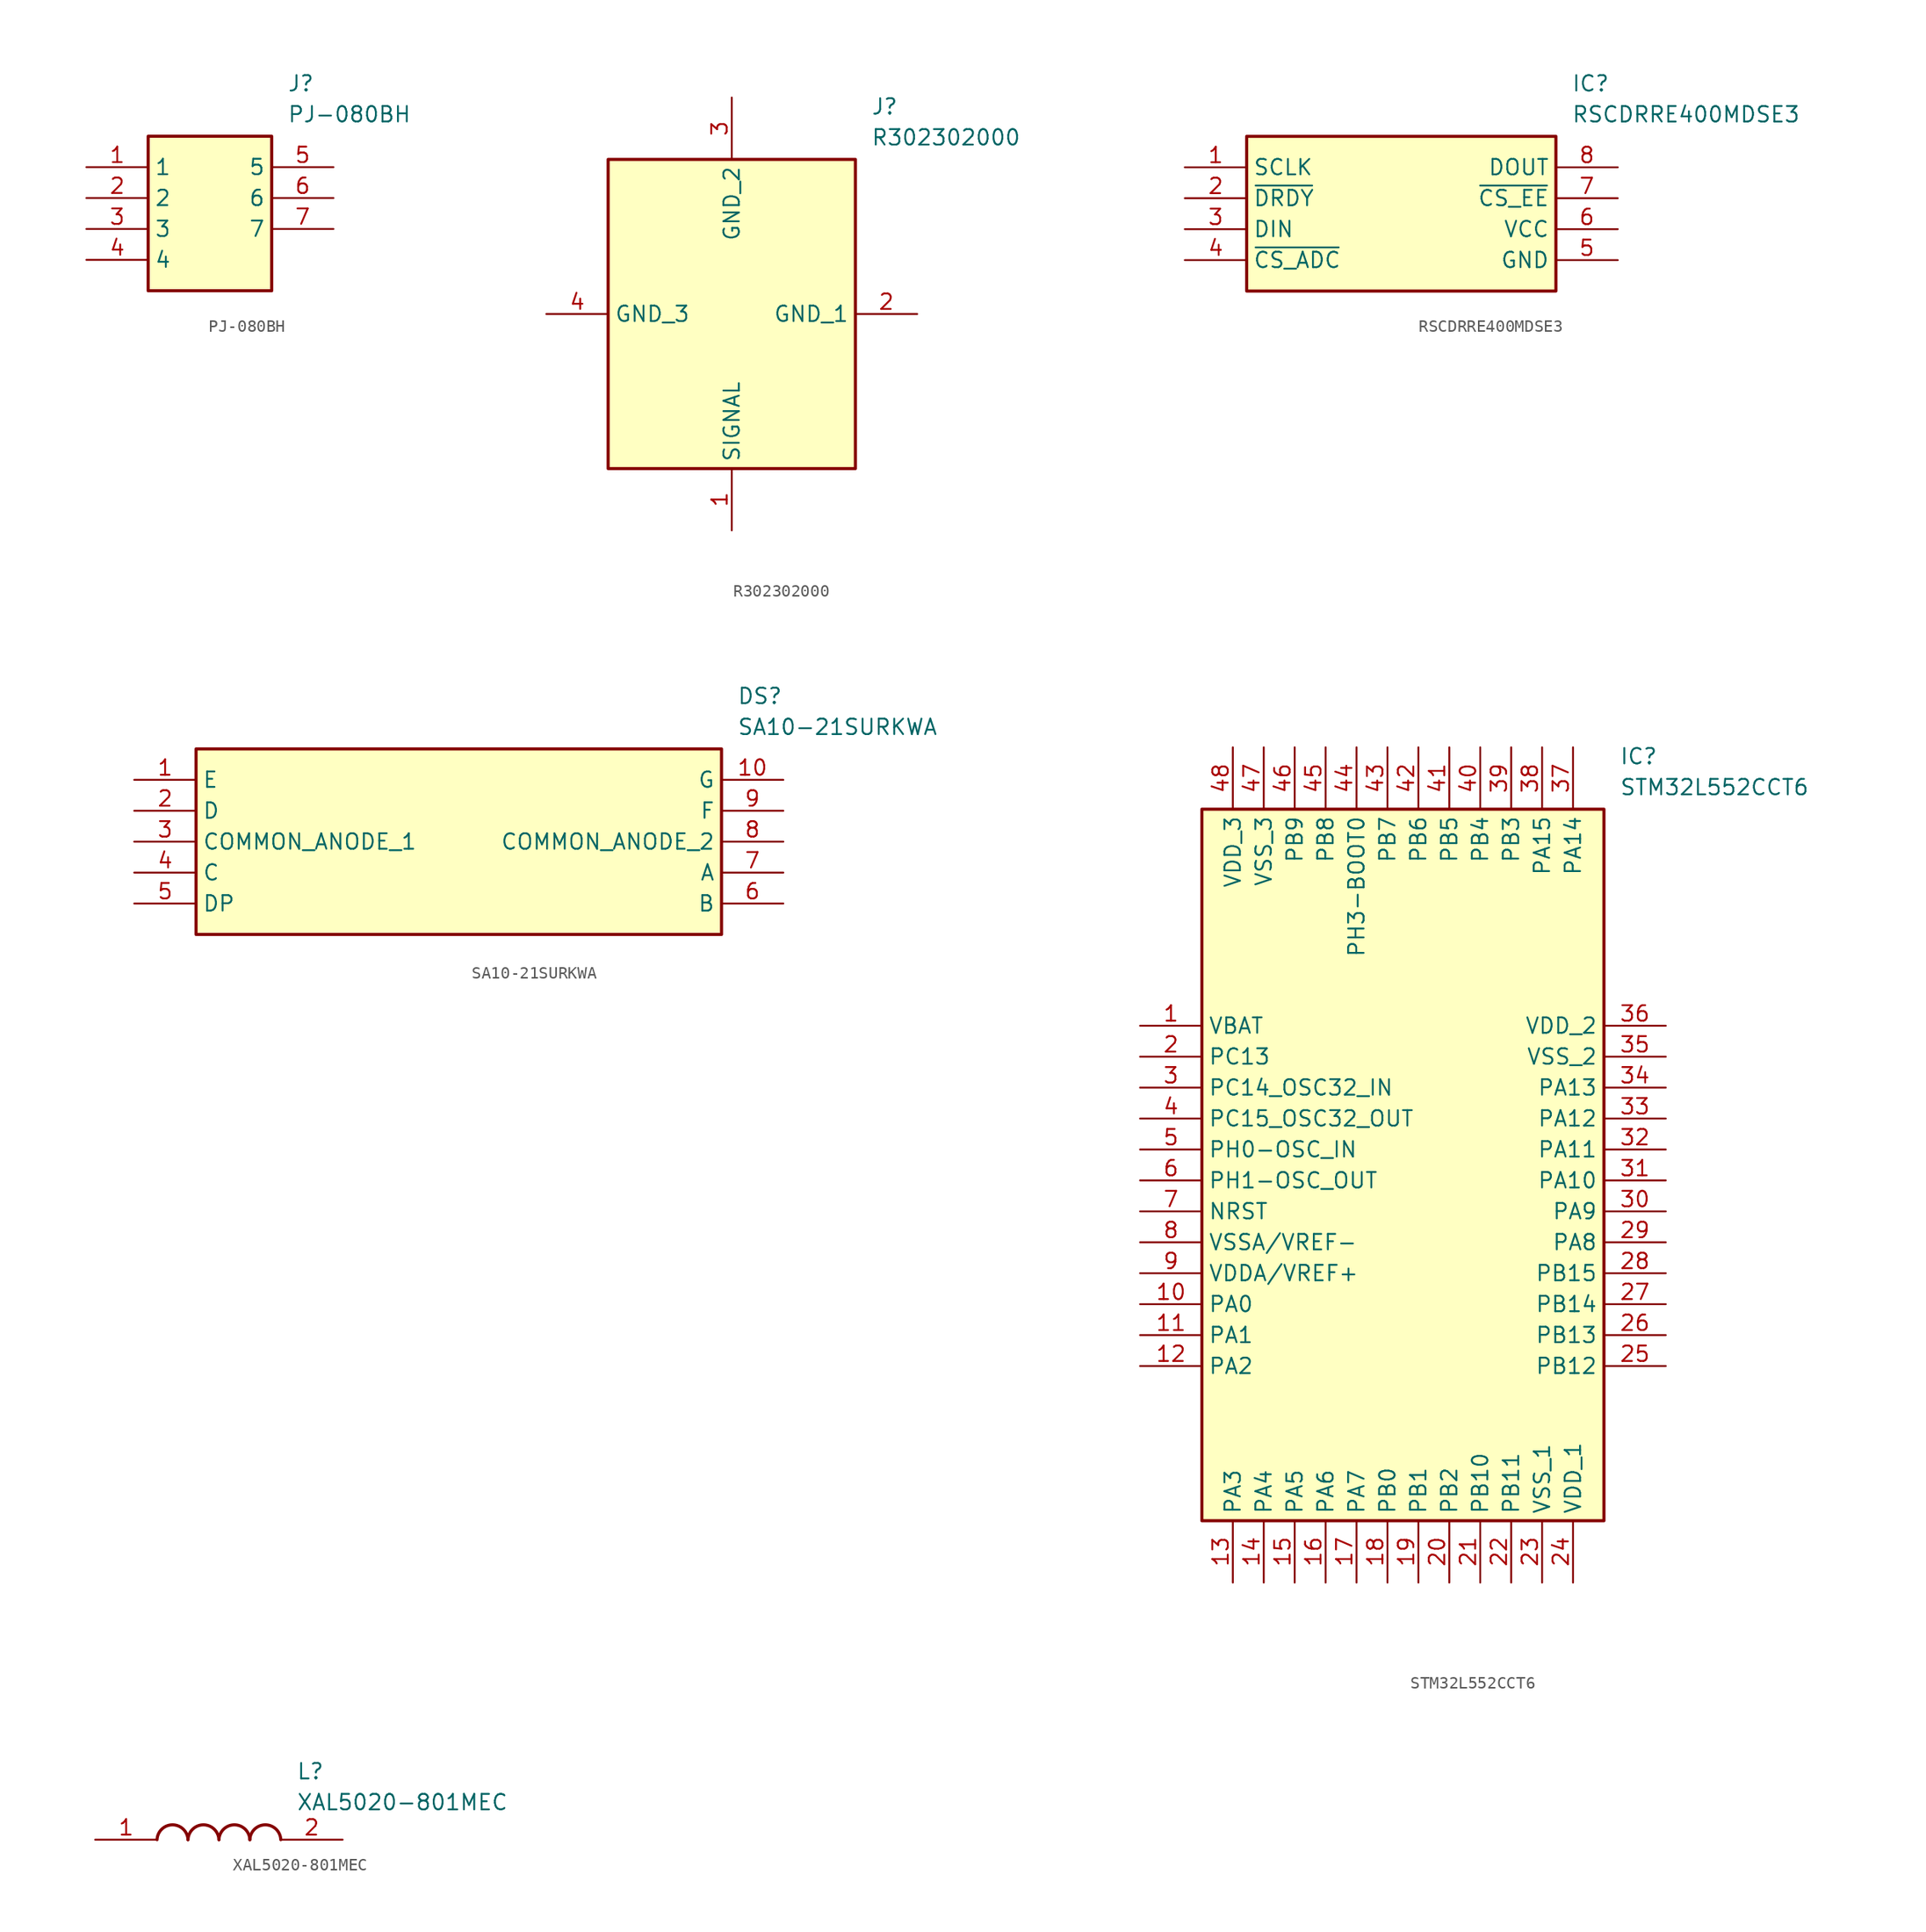
<source format=kicad_sym>
(kicad_symbol_lib
  (version 20220914)
  (generator SamacSys_ECAD_Model)
  (symbol "PJ-080BH"
    (property "Reference" "J"
      (at 16.51 7.62 0)
      (effects (font (size 1.27 1.27)) (justify left top)))
    (property "Value" "PJ-080BH"
      (at 16.51 5.08 0)
      (effects (font (size 1.27 1.27)) (justify left top)))
    (rectangle
      (start 5.08 2.54)
      (end 15.24 -10.16)
      (stroke (width 0.254) (type default))
      (fill (type background)))
    (pin passive line
      (at 0 0 0)
      (length 5.08)
      (name "1" (effects (font (size 1.27 1.27))))
      (number "1" (effects (font (size 1.27 1.27)))))
    (pin passive line
      (at 0 -2.54 0)
      (length 5.08)
      (name "2" (effects (font (size 1.27 1.27))))
      (number "2" (effects (font (size 1.27 1.27)))))
    (pin passive line
      (at 0 -5.08 0)
      (length 5.08)
      (name "3" (effects (font (size 1.27 1.27))))
      (number "3" (effects (font (size 1.27 1.27)))))
    (pin passive line
      (at 0 -7.62 0)
      (length 5.08)
      (name "4" (effects (font (size 1.27 1.27))))
      (number "4" (effects (font (size 1.27 1.27)))))
    (pin passive line
      (at 20.32 0 180)
      (length 5.08)
      (name "5" (effects (font (size 1.27 1.27))))
      (number "5" (effects (font (size 1.27 1.27)))))
    (pin passive line
      (at 20.32 -2.54 180)
      (length 5.08)
      (name "6" (effects (font (size 1.27 1.27))))
      (number "6" (effects (font (size 1.27 1.27)))))
    (pin passive line
      (at 20.32 -5.08 180)
      (length 5.08)
      (name "7" (effects (font (size 1.27 1.27))))
      (number "7" (effects (font (size 1.27 1.27))))))
  (symbol "R302302000"
    (property "Reference" "J"
      (at 26.67 17.78 0)
      (effects (font (size 1.27 1.27)) (justify left top)))
    (property "Value" "R302302000"
      (at 26.67 15.24 0)
      (effects (font (size 1.27 1.27)) (justify left top)))
    (rectangle
      (start 5.08 12.7)
      (end 25.4 -12.7)
      (stroke (width 0.254) (type default))
      (fill (type background)))
    (pin passive line
      (at 15.24 -17.78 90)
      (length 5.08)
      (name "SIGNAL" (effects (font (size 1.27 1.27))))
      (number "1" (effects (font (size 1.27 1.27)))))
    (pin passive line
      (at 30.48 0 180)
      (length 5.08)
      (name "GND_1" (effects (font (size 1.27 1.27))))
      (number "2" (effects (font (size 1.27 1.27)))))
    (pin passive line
      (at 15.24 17.78 270)
      (length 5.08)
      (name "GND_2" (effects (font (size 1.27 1.27))))
      (number "3" (effects (font (size 1.27 1.27)))))
    (pin passive line
      (at 0 0 0)
      (length 5.08)
      (name "GND_3" (effects (font (size 1.27 1.27))))
      (number "4" (effects (font (size 1.27 1.27))))))
  (symbol "RSCDRRE400MDSE3"
    (property "Reference" "IC"
      (at 31.75 7.62 0)
      (effects (font (size 1.27 1.27)) (justify left top)))
    (property "Value" "RSCDRRE400MDSE3"
      (at 31.75 5.08 0)
      (effects (font (size 1.27 1.27)) (justify left top)))
    (rectangle
      (start 5.08 2.54)
      (end 30.48 -10.16)
      (stroke (width 0.254) (type default))
      (fill (type background)))
    (pin bidirectional line
      (at 0 0 0)
      (length 5.08)
      (name "SCLK" (effects (font (size 1.27 1.27))))
      (number "1" (effects (font (size 1.27 1.27)))))
    (pin bidirectional line
      (at 0 -2.54 0)
      (length 5.08)
      (name "~{DRDY}" (effects (font (size 1.27 1.27))))
      (number "2" (effects (font (size 1.27 1.27)))))
    (pin bidirectional line
      (at 0 -5.08 0)
      (length 5.08)
      (name "DIN" (effects (font (size 1.27 1.27))))
      (number "3" (effects (font (size 1.27 1.27)))))
    (pin bidirectional line
      (at 0 -7.62 0)
      (length 5.08)
      (name "~{CS_ADC}" (effects (font (size 1.27 1.27))))
      (number "4" (effects (font (size 1.27 1.27)))))
    (pin bidirectional line
      (at 35.56 0 180)
      (length 5.08)
      (name "DOUT" (effects (font (size 1.27 1.27))))
      (number "8" (effects (font (size 1.27 1.27)))))
    (pin bidirectional line
      (at 35.56 -2.54 180)
      (length 5.08)
      (name "~{CS_EE}" (effects (font (size 1.27 1.27))))
      (number "7" (effects (font (size 1.27 1.27)))))
    (pin power_in line
      (at 35.56 -5.08 180)
      (length 5.08)
      (name "VCC" (effects (font (size 1.27 1.27))))
      (number "6" (effects (font (size 1.27 1.27)))))
    (pin power_in line
      (at 35.56 -7.62 180)
      (length 5.08)
      (name "GND" (effects (font (size 1.27 1.27))))
      (number "5" (effects (font (size 1.27 1.27))))))
  (symbol "SA10-21SURKWA"
    (property "Reference" "DS"
      (at 49.53 7.62 0)
      (effects (font (size 1.27 1.27)) (justify left top)))
    (property "Value" "SA10-21SURKWA"
      (at 49.53 5.08 0)
      (effects (font (size 1.27 1.27)) (justify left top)))
    (rectangle
      (start 5.08 2.54)
      (end 48.26 -12.7)
      (stroke (width 0.254) (type default))
      (fill (type background)))
    (pin passive line
      (at 0 0 0)
      (length 5.08)
      (name "E" (effects (font (size 1.27 1.27))))
      (number "1" (effects (font (size 1.27 1.27)))))
    (pin passive line
      (at 0 -2.54 0)
      (length 5.08)
      (name "D" (effects (font (size 1.27 1.27))))
      (number "2" (effects (font (size 1.27 1.27)))))
    (pin passive line
      (at 0 -5.08 0)
      (length 5.08)
      (name "COMMON_ANODE_1" (effects (font (size 1.27 1.27))))
      (number "3" (effects (font (size 1.27 1.27)))))
    (pin passive line
      (at 0 -7.62 0)
      (length 5.08)
      (name "C" (effects (font (size 1.27 1.27))))
      (number "4" (effects (font (size 1.27 1.27)))))
    (pin passive line
      (at 0 -10.16 0)
      (length 5.08)
      (name "DP" (effects (font (size 1.27 1.27))))
      (number "5" (effects (font (size 1.27 1.27)))))
    (pin passive line
      (at 53.34 0 180)
      (length 5.08)
      (name "G" (effects (font (size 1.27 1.27))))
      (number "10" (effects (font (size 1.27 1.27)))))
    (pin passive line
      (at 53.34 -2.54 180)
      (length 5.08)
      (name "F" (effects (font (size 1.27 1.27))))
      (number "9" (effects (font (size 1.27 1.27)))))
    (pin passive line
      (at 53.34 -5.08 180)
      (length 5.08)
      (name "COMMON_ANODE_2" (effects (font (size 1.27 1.27))))
      (number "8" (effects (font (size 1.27 1.27)))))
    (pin passive line
      (at 53.34 -7.62 180)
      (length 5.08)
      (name "A" (effects (font (size 1.27 1.27))))
      (number "7" (effects (font (size 1.27 1.27)))))
    (pin passive line
      (at 53.34 -10.16 180)
      (length 5.08)
      (name "B" (effects (font (size 1.27 1.27))))
      (number "6" (effects (font (size 1.27 1.27))))))
  (symbol "STM32L552CCT6"
    (property "Reference" "IC"
      (at 39.37 22.86 0)
      (effects (font (size 1.27 1.27)) (justify left top)))
    (property "Value" "STM32L552CCT6"
      (at 39.37 20.32 0)
      (effects (font (size 1.27 1.27)) (justify left top)))
    (rectangle
      (start 5.08 17.78)
      (end 38.1 -40.64)
      (stroke (width 0.254) (type default))
      (fill (type background)))
    (pin passive line
      (at 0 0 0)
      (length 5.08)
      (name "VBAT" (effects (font (size 1.27 1.27))))
      (number "1" (effects (font (size 1.27 1.27)))))
    (pin passive line
      (at 0 -2.54 0)
      (length 5.08)
      (name "PC13" (effects (font (size 1.27 1.27))))
      (number "2" (effects (font (size 1.27 1.27)))))
    (pin passive line
      (at 0 -5.08 0)
      (length 5.08)
      (name "PC14_OSC32_IN" (effects (font (size 1.27 1.27))))
      (number "3" (effects (font (size 1.27 1.27)))))
    (pin passive line
      (at 0 -7.62 0)
      (length 5.08)
      (name "PC15_OSC32_OUT" (effects (font (size 1.27 1.27))))
      (number "4" (effects (font (size 1.27 1.27)))))
    (pin passive line
      (at 0 -10.16 0)
      (length 5.08)
      (name "PH0-OSC_IN" (effects (font (size 1.27 1.27))))
      (number "5" (effects (font (size 1.27 1.27)))))
    (pin passive line
      (at 0 -12.7 0)
      (length 5.08)
      (name "PH1-OSC_OUT" (effects (font (size 1.27 1.27))))
      (number "6" (effects (font (size 1.27 1.27)))))
    (pin passive line
      (at 0 -15.24 0)
      (length 5.08)
      (name "NRST" (effects (font (size 1.27 1.27))))
      (number "7" (effects (font (size 1.27 1.27)))))
    (pin passive line
      (at 0 -17.78 0)
      (length 5.08)
      (name "VSSA/VREF-" (effects (font (size 1.27 1.27))))
      (number "8" (effects (font (size 1.27 1.27)))))
    (pin passive line
      (at 0 -20.32 0)
      (length 5.08)
      (name "VDDA/VREF+" (effects (font (size 1.27 1.27))))
      (number "9" (effects (font (size 1.27 1.27)))))
    (pin passive line
      (at 0 -22.86 0)
      (length 5.08)
      (name "PA0" (effects (font (size 1.27 1.27))))
      (number "10" (effects (font (size 1.27 1.27)))))
    (pin passive line
      (at 0 -25.4 0)
      (length 5.08)
      (name "PA1" (effects (font (size 1.27 1.27))))
      (number "11" (effects (font (size 1.27 1.27)))))
    (pin passive line
      (at 0 -27.94 0)
      (length 5.08)
      (name "PA2" (effects (font (size 1.27 1.27))))
      (number "12" (effects (font (size 1.27 1.27)))))
    (pin passive line
      (at 7.62 -45.72 90)
      (length 5.08)
      (name "PA3" (effects (font (size 1.27 1.27))))
      (number "13" (effects (font (size 1.27 1.27)))))
    (pin passive line
      (at 10.16 -45.72 90)
      (length 5.08)
      (name "PA4" (effects (font (size 1.27 1.27))))
      (number "14" (effects (font (size 1.27 1.27)))))
    (pin passive line
      (at 12.7 -45.72 90)
      (length 5.08)
      (name "PA5" (effects (font (size 1.27 1.27))))
      (number "15" (effects (font (size 1.27 1.27)))))
    (pin passive line
      (at 15.24 -45.72 90)
      (length 5.08)
      (name "PA6" (effects (font (size 1.27 1.27))))
      (number "16" (effects (font (size 1.27 1.27)))))
    (pin passive line
      (at 17.78 -45.72 90)
      (length 5.08)
      (name "PA7" (effects (font (size 1.27 1.27))))
      (number "17" (effects (font (size 1.27 1.27)))))
    (pin passive line
      (at 20.32 -45.72 90)
      (length 5.08)
      (name "PB0" (effects (font (size 1.27 1.27))))
      (number "18" (effects (font (size 1.27 1.27)))))
    (pin passive line
      (at 22.86 -45.72 90)
      (length 5.08)
      (name "PB1" (effects (font (size 1.27 1.27))))
      (number "19" (effects (font (size 1.27 1.27)))))
    (pin passive line
      (at 25.4 -45.72 90)
      (length 5.08)
      (name "PB2" (effects (font (size 1.27 1.27))))
      (number "20" (effects (font (size 1.27 1.27)))))
    (pin passive line
      (at 27.94 -45.72 90)
      (length 5.08)
      (name "PB10" (effects (font (size 1.27 1.27))))
      (number "21" (effects (font (size 1.27 1.27)))))
    (pin passive line
      (at 30.48 -45.72 90)
      (length 5.08)
      (name "PB11" (effects (font (size 1.27 1.27))))
      (number "22" (effects (font (size 1.27 1.27)))))
    (pin passive line
      (at 33.02 -45.72 90)
      (length 5.08)
      (name "VSS_1" (effects (font (size 1.27 1.27))))
      (number "23" (effects (font (size 1.27 1.27)))))
    (pin passive line
      (at 35.56 -45.72 90)
      (length 5.08)
      (name "VDD_1" (effects (font (size 1.27 1.27))))
      (number "24" (effects (font (size 1.27 1.27)))))
    (pin passive line
      (at 43.18 0 180)
      (length 5.08)
      (name "VDD_2" (effects (font (size 1.27 1.27))))
      (number "36" (effects (font (size 1.27 1.27)))))
    (pin passive line
      (at 43.18 -2.54 180)
      (length 5.08)
      (name "VSS_2" (effects (font (size 1.27 1.27))))
      (number "35" (effects (font (size 1.27 1.27)))))
    (pin passive line
      (at 43.18 -5.08 180)
      (length 5.08)
      (name "PA13" (effects (font (size 1.27 1.27))))
      (number "34" (effects (font (size 1.27 1.27)))))
    (pin passive line
      (at 43.18 -7.62 180)
      (length 5.08)
      (name "PA12" (effects (font (size 1.27 1.27))))
      (number "33" (effects (font (size 1.27 1.27)))))
    (pin passive line
      (at 43.18 -10.16 180)
      (length 5.08)
      (name "PA11" (effects (font (size 1.27 1.27))))
      (number "32" (effects (font (size 1.27 1.27)))))
    (pin passive line
      (at 43.18 -12.7 180)
      (length 5.08)
      (name "PA10" (effects (font (size 1.27 1.27))))
      (number "31" (effects (font (size 1.27 1.27)))))
    (pin passive line
      (at 43.18 -15.24 180)
      (length 5.08)
      (name "PA9" (effects (font (size 1.27 1.27))))
      (number "30" (effects (font (size 1.27 1.27)))))
    (pin passive line
      (at 43.18 -17.78 180)
      (length 5.08)
      (name "PA8" (effects (font (size 1.27 1.27))))
      (number "29" (effects (font (size 1.27 1.27)))))
    (pin passive line
      (at 43.18 -20.32 180)
      (length 5.08)
      (name "PB15" (effects (font (size 1.27 1.27))))
      (number "28" (effects (font (size 1.27 1.27)))))
    (pin passive line
      (at 43.18 -22.86 180)
      (length 5.08)
      (name "PB14" (effects (font (size 1.27 1.27))))
      (number "27" (effects (font (size 1.27 1.27)))))
    (pin passive line
      (at 43.18 -25.4 180)
      (length 5.08)
      (name "PB13" (effects (font (size 1.27 1.27))))
      (number "26" (effects (font (size 1.27 1.27)))))
    (pin passive line
      (at 43.18 -27.94 180)
      (length 5.08)
      (name "PB12" (effects (font (size 1.27 1.27))))
      (number "25" (effects (font (size 1.27 1.27)))))
    (pin passive line
      (at 7.62 22.86 270)
      (length 5.08)
      (name "VDD_3" (effects (font (size 1.27 1.27))))
      (number "48" (effects (font (size 1.27 1.27)))))
    (pin passive line
      (at 10.16 22.86 270)
      (length 5.08)
      (name "VSS_3" (effects (font (size 1.27 1.27))))
      (number "47" (effects (font (size 1.27 1.27)))))
    (pin passive line
      (at 12.7 22.86 270)
      (length 5.08)
      (name "PB9" (effects (font (size 1.27 1.27))))
      (number "46" (effects (font (size 1.27 1.27)))))
    (pin passive line
      (at 15.24 22.86 270)
      (length 5.08)
      (name "PB8" (effects (font (size 1.27 1.27))))
      (number "45" (effects (font (size 1.27 1.27)))))
    (pin passive line
      (at 17.78 22.86 270)
      (length 5.08)
      (name "PH3-BOOT0" (effects (font (size 1.27 1.27))))
      (number "44" (effects (font (size 1.27 1.27)))))
    (pin passive line
      (at 20.32 22.86 270)
      (length 5.08)
      (name "PB7" (effects (font (size 1.27 1.27))))
      (number "43" (effects (font (size 1.27 1.27)))))
    (pin passive line
      (at 22.86 22.86 270)
      (length 5.08)
      (name "PB6" (effects (font (size 1.27 1.27))))
      (number "42" (effects (font (size 1.27 1.27)))))
    (pin passive line
      (at 25.4 22.86 270)
      (length 5.08)
      (name "PB5" (effects (font (size 1.27 1.27))))
      (number "41" (effects (font (size 1.27 1.27)))))
    (pin passive line
      (at 27.94 22.86 270)
      (length 5.08)
      (name "PB4" (effects (font (size 1.27 1.27))))
      (number "40" (effects (font (size 1.27 1.27)))))
    (pin passive line
      (at 30.48 22.86 270)
      (length 5.08)
      (name "PB3" (effects (font (size 1.27 1.27))))
      (number "39" (effects (font (size 1.27 1.27)))))
    (pin passive line
      (at 33.02 22.86 270)
      (length 5.08)
      (name "PA15" (effects (font (size 1.27 1.27))))
      (number "38" (effects (font (size 1.27 1.27)))))
    (pin passive line
      (at 35.56 22.86 270)
      (length 5.08)
      (name "PA14" (effects (font (size 1.27 1.27))))
      (number "37" (effects (font (size 1.27 1.27))))))
  (symbol "XAL5020-801MEC"
    (pin_names hide)
    (property "Reference" "L"
      (at 16.51 6.35 0)
      (effects (font (size 1.27 1.27)) (justify left top)))
    (property "Value" "XAL5020-801MEC"
      (at 16.51 3.81 0)
      (effects (font (size 1.27 1.27)) (justify left top)))
    (arc
      (start 7.62 0)
      (mid 6.35 1.219)
      (end 5.08 0)
      (stroke (width 0.254) (type default))
      (fill (type none)))
    (arc
      (start 10.16 0)
      (mid 8.89 1.219)
      (end 7.62 0)
      (stroke (width 0.254) (type default))
      (fill (type none)))
    (arc
      (start 12.7 0)
      (mid 11.43 1.219)
      (end 10.16 0)
      (stroke (width 0.254) (type default))
      (fill (type none)))
    (arc
      (start 15.24 0)
      (mid 13.97 1.219)
      (end 12.7 0)
      (stroke (width 0.254) (type default))
      (fill (type none)))
    (pin passive line
      (at 0 0 0)
      (length 5.08)
      (name "1" (effects (font (size 1.27 1.27))))
      (number "1" (effects (font (size 1.27 1.27)))))
    (pin passive line
      (at 20.32 0 180)
      (length 5.08)
      (name "2" (effects (font (size 1.27 1.27))))
      (number "2" (effects (font (size 1.27 1.27)))))))
</source>
